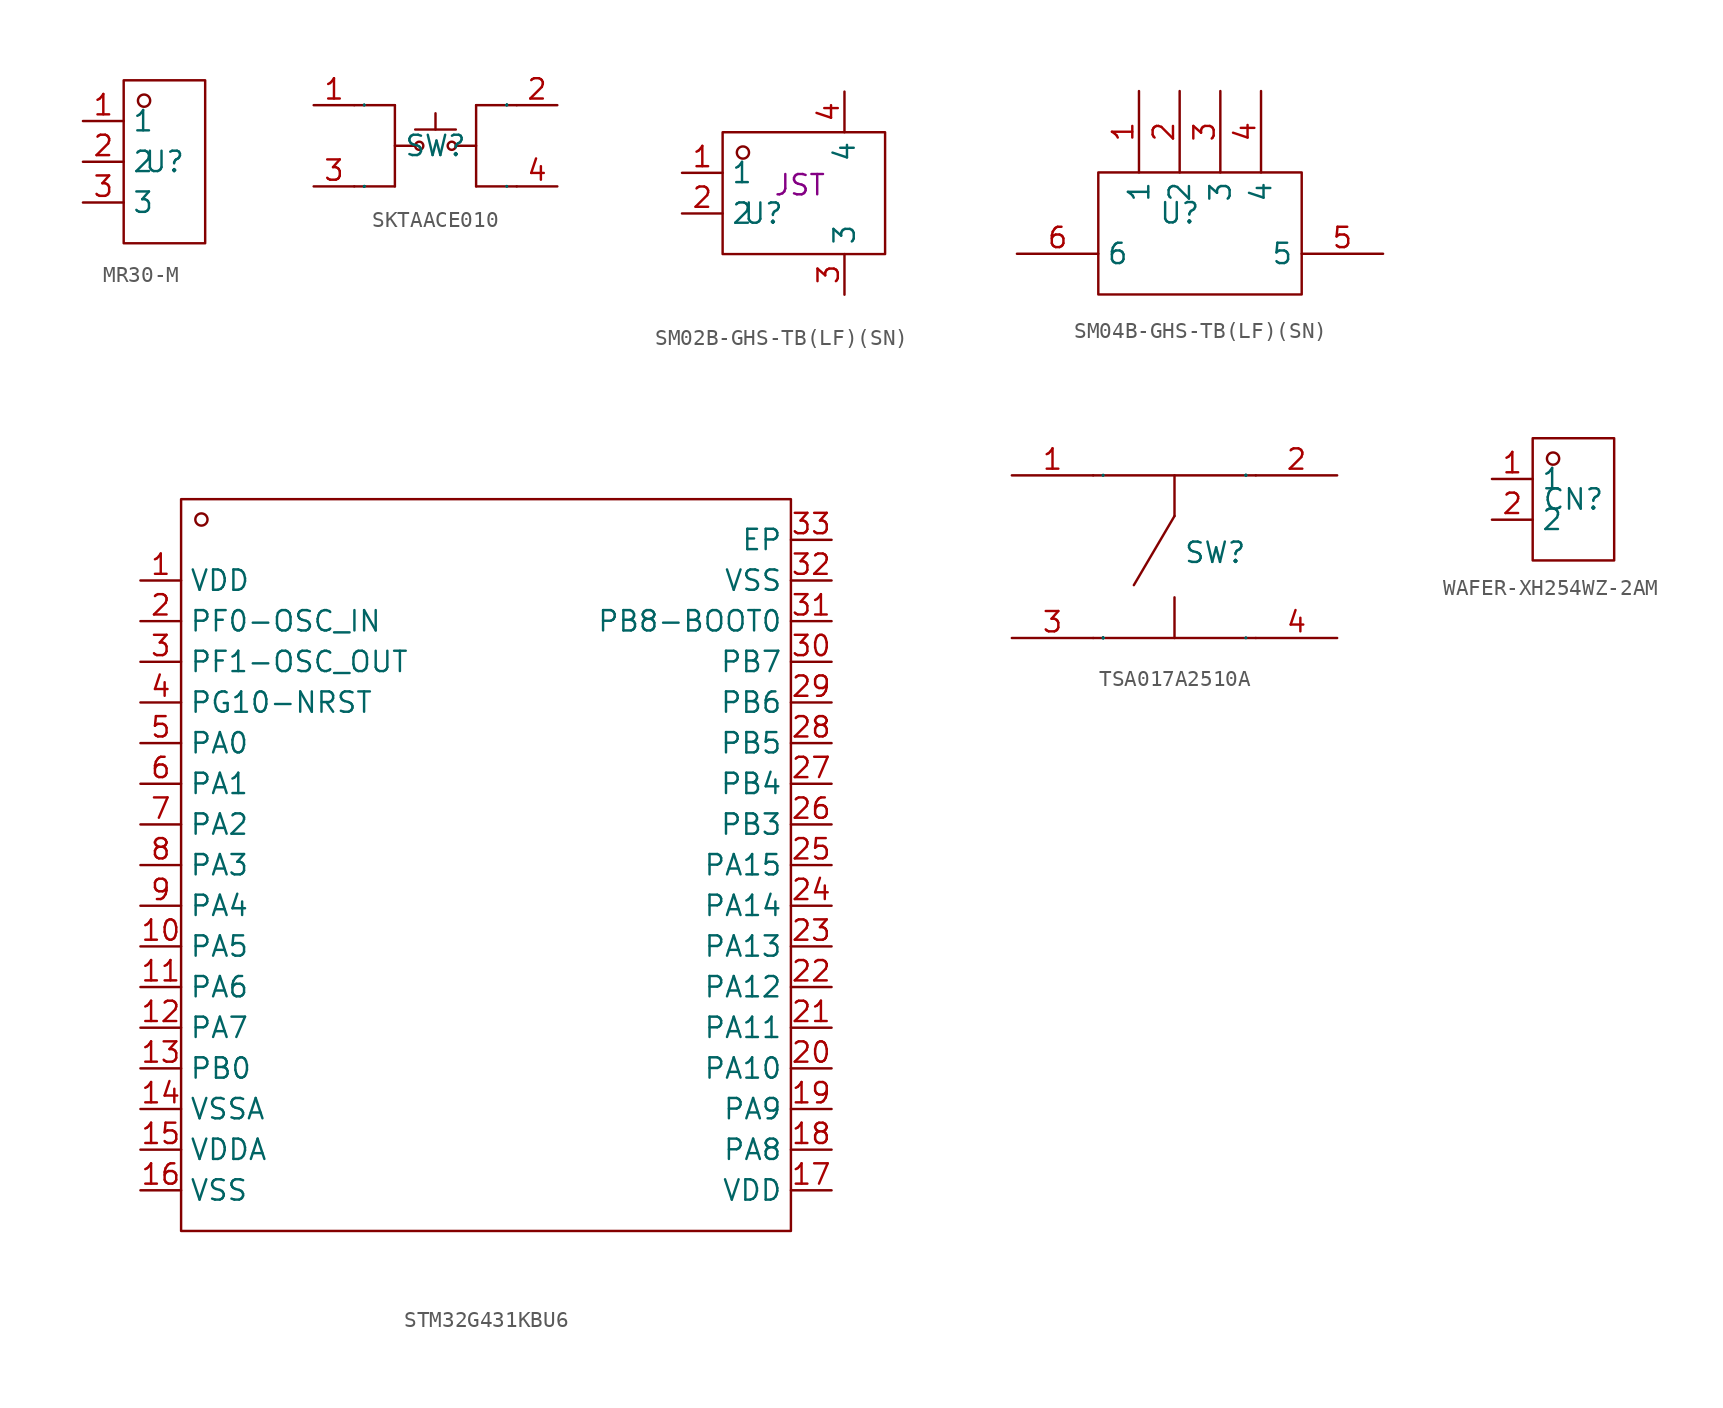
<source format=kicad_sym>
(kicad_symbol_lib
  (version 20241209)
  (generator "kicad_symbol_editor")
  (generator_version "9.0")
  (symbol "MR30-M"
    (property "Reference" "U"
      (at 0 0 0)
      (effects (font (size 1.27 1.27))))
    (property "Value" ""
      (at 0 0 0)
      (effects (font (size 1.27 1.27))))
    (symbol "MR30-M_1_0"
      (rectangle (start -2.54 -5.08) (end 2.54 5.08) (stroke (width 0) (type default)) (fill (type none)))
      (circle (center -1.27 3.81) (radius 0.381) (stroke (width 0) (type default)) (fill (type none)))
      (pin input line (at -5.08 2.54 0) (length 2.54) (name "1" (effects (font (size 1.27 1.27)))) (number "1" (effects (font (size 1.27 1.27)))))
      (pin input line (at -5.08 0 0) (length 2.54) (name "2" (effects (font (size 1.27 1.27)))) (number "2" (effects (font (size 1.27 1.27)))))
      (pin input line (at -5.08 -2.54 0) (length 2.54) (name "3" (effects (font (size 1.27 1.27)))) (number "3" (effects (font (size 1.27 1.27)))))))
  (symbol "SKTAACE010"
    (property "Reference" "SW"
      (at 0 0 0)
      (effects (font (size 1.27 1.27))))
    (property "Value" ""
      (at 0 0 0)
      (effects (font (size 1.27 1.27))))
    (symbol "SKTAACE010_1_0"
      (polyline (pts (xy -2.54 2.54) (xy -5.08 2.54)) (stroke (width 0) (type default)) (fill (type none)))
      (polyline (pts (xy -2.54 2.54) (xy -2.54 -2.54)) (stroke (width 0) (type default)) (fill (type none)))
      (polyline (pts (xy -2.54 -2.54) (xy -5.08 -2.54)) (stroke (width 0) (type default)) (fill (type none)))
      (polyline (pts (xy -1.27 1.016) (xy 1.27 1.016)) (stroke (width 0) (type default)) (fill (type none)))
      (polyline (pts (xy -1.27 0) (xy -2.54 0) (xy -2.54 0) (xy -2.54 0)) (stroke (width 0) (type default)) (fill (type none)))
      (circle (center -1.016 0) (radius 0.254) (stroke (width 0) (type default)) (fill (type none)))
      (polyline (pts (xy 0 2.032) (xy 0 1.016)) (stroke (width 0) (type default)) (fill (type none)))
      (circle (center 1.016 0) (radius 0.254) (stroke (width 0) (type default)) (fill (type none)))
      (polyline (pts (xy 2.54 2.54) (xy 2.54 -2.54)) (stroke (width 0) (type default)) (fill (type none)))
      (polyline (pts (xy 2.54 0) (xy 1.27 0) (xy 1.27 0) (xy 1.27 0)) (stroke (width 0) (type default)) (fill (type none)))
      (polyline (pts (xy 2.54 -2.54) (xy 5.08 -2.54)) (stroke (width 0) (type default)) (fill (type none)))
      (polyline (pts (xy 5.08 2.54) (xy 2.54 2.54)) (stroke (width 0) (type default)) (fill (type none)))
      (pin input line (at -7.62 2.54 0) (length 2.54) (name "1" (effects (font (size 0.025 0.025)))) (number "1" (effects (font (size 1.27 1.27)))))
      (pin input line (at -7.62 -2.54 0) (length 2.54) (name "3" (effects (font (size 0.025 0.025)))) (number "3" (effects (font (size 1.27 1.27)))))
      (pin input line (at 7.62 2.54 180) (length 2.54) (name "2" (effects (font (size 0.025 0.025)))) (number "2" (effects (font (size 1.27 1.27)))))
      (pin input line (at 7.62 -2.54 180) (length 2.54) (name "4" (effects (font (size 0.025 0.025)))) (number "4" (effects (font (size 1.27 1.27)))))))
  (symbol "SM02B-GHS-TB(LF)(SN)"
    (property "Reference" "U"
      (at 0 0 0)
      (effects (font (size 1.27 1.27))))
    (property "Value" ""
      (at 0 0 0)
      (effects (font (size 1.27 1.27))))
    (property "Manufacturer" "JST"
      (at 2.286 1.778 0)
      (effects (font (size 1.27 1.27))))
    (symbol "SM02B-GHS-TB(LF)(SN)_1_0"
      (rectangle (start -2.54 -2.54) (end 7.62 5.08) (stroke (width 0) (type default)) (fill (type none)))
      (circle (center -1.27 3.81) (radius 0.381) (stroke (width 0) (type default)) (fill (type none)))
      (pin bidirectional line (at -5.08 2.54 0) (length 2.54) (name "1" (effects (font (size 1.27 1.27)))) (number "1" (effects (font (size 1.27 1.27)))))
      (pin bidirectional line (at -5.08 0 0) (length 2.54) (name "2" (effects (font (size 1.27 1.27)))) (number "2" (effects (font (size 1.27 1.27)))))
      (pin unspecified line (at 5.08 7.62 270) (length 2.54) (name "4" (effects (font (size 1.27 1.27)))) (number "4" (effects (font (size 1.27 1.27)))))
      (pin unspecified line (at 5.08 -5.08 90) (length 2.54) (name "3" (effects (font (size 1.27 1.27)))) (number "3" (effects (font (size 1.27 1.27)))))))
  (symbol "SM04B-GHS-TB(LF)(SN)"
    (property "Reference" "U"
      (at 0 0 0)
      (effects (font (size 1.27 1.27))))
    (property "Value" ""
      (at 0 0 0)
      (effects (font (size 1.27 1.27))))
    (symbol "SM04B-GHS-TB(LF)(SN)_1_0"
      (rectangle (start -5.08 -5.08) (end 7.62 2.54) (stroke (width 0) (type default)) (fill (type none)))
      (pin passive line (at -10.16 -2.54 0) (length 5.08) (name "6" (effects (font (size 1.27 1.27)))) (number "6" (effects (font (size 1.27 1.27)))))
      (pin bidirectional line (at -2.54 7.62 270) (length 5.08) (name "1" (effects (font (size 1.27 1.27)))) (number "1" (effects (font (size 1.27 1.27)))))
      (pin bidirectional line (at 0 7.62 270) (length 5.08) (name "2" (effects (font (size 1.27 1.27)))) (number "2" (effects (font (size 1.27 1.27)))))
      (pin bidirectional line (at 2.54 7.62 270) (length 5.08) (name "3" (effects (font (size 1.27 1.27)))) (number "3" (effects (font (size 1.27 1.27)))))
      (pin bidirectional line (at 5.08 7.62 270) (length 5.08) (name "4" (effects (font (size 1.27 1.27)))) (number "4" (effects (font (size 1.27 1.27)))))
      (pin passive line (at 12.7 -2.54 180) (length 5.08) (name "5" (effects (font (size 1.27 1.27)))) (number "5" (effects (font (size 1.27 1.27)))))))
  (symbol "STM32G431KBU6"
    (property "Reference" "U"
      (at 0 0 0)
      (effects (font (size 1.27 1.27)) (hide yes)))
    (symbol "STM32G431KBU6_1_0"
      (rectangle (start -19.05 22.86) (end 19.05 -22.86) (stroke (width 0) (type default)) (fill (type none)))
      (circle (center -17.78 21.59) (radius 0.381) (stroke (width 0) (type default)) (fill (type none)))
      (pin power_in line (at -21.59 17.78 0) (length 2.54) (name "VDD" (effects (font (size 1.27 1.27)))) (number "1" (effects (font (size 1.27 1.27)))))
      (pin bidirectional line (at -21.59 15.24 0) (length 2.54) (name "PF0-OSC_IN" (effects (font (size 1.27 1.27)))) (number "2" (effects (font (size 1.27 1.27)))))
      (pin bidirectional line (at -21.59 12.7 0) (length 2.54) (name "PF1-OSC_OUT" (effects (font (size 1.27 1.27)))) (number "3" (effects (font (size 1.27 1.27)))))
      (pin output line (at -21.59 10.16 0) (length 2.54) (name "PG10-NRST" (effects (font (size 1.27 1.27)))) (number "4" (effects (font (size 1.27 1.27)))))
      (pin bidirectional line (at -21.59 7.62 0) (length 2.54) (name "PA0" (effects (font (size 1.27 1.27)))) (number "5" (effects (font (size 1.27 1.27)))))
      (pin bidirectional line (at -21.59 5.08 0) (length 2.54) (name "PA1" (effects (font (size 1.27 1.27)))) (number "6" (effects (font (size 1.27 1.27)))))
      (pin bidirectional line (at -21.59 2.54 0) (length 2.54) (name "PA2" (effects (font (size 1.27 1.27)))) (number "7" (effects (font (size 1.27 1.27)))))
      (pin bidirectional line (at -21.59 0 0) (length 2.54) (name "PA3" (effects (font (size 1.27 1.27)))) (number "8" (effects (font (size 1.27 1.27)))))
      (pin bidirectional line (at -21.59 -2.54 0) (length 2.54) (name "PA4" (effects (font (size 1.27 1.27)))) (number "9" (effects (font (size 1.27 1.27)))))
      (pin bidirectional line (at -21.59 -5.08 0) (length 2.54) (name "PA5" (effects (font (size 1.27 1.27)))) (number "10" (effects (font (size 1.27 1.27)))))
      (pin bidirectional line (at -21.59 -7.62 0) (length 2.54) (name "PA6" (effects (font (size 1.27 1.27)))) (number "11" (effects (font (size 1.27 1.27)))))
      (pin bidirectional line (at -21.59 -10.16 0) (length 2.54) (name "PA7" (effects (font (size 1.27 1.27)))) (number "12" (effects (font (size 1.27 1.27)))))
      (pin bidirectional line (at -21.59 -12.7 0) (length 2.54) (name "PB0" (effects (font (size 1.27 1.27)))) (number "13" (effects (font (size 1.27 1.27)))))
      (pin power_out line (at -21.59 -15.24 0) (length 2.54) (name "VSSA" (effects (font (size 1.27 1.27)))) (number "14" (effects (font (size 1.27 1.27)))))
      (pin power_in line (at -21.59 -17.78 0) (length 2.54) (name "VDDA" (effects (font (size 1.27 1.27)))) (number "15" (effects (font (size 1.27 1.27)))))
      (pin power_out line (at -21.59 -20.32 0) (length 2.54) (name "VSS" (effects (font (size 1.27 1.27)))) (number "16" (effects (font (size 1.27 1.27)))))
      (pin unspecified line (at 21.59 20.32 180) (length 2.54) (name "EP" (effects (font (size 1.27 1.27)))) (number "33" (effects (font (size 1.27 1.27)))))
      (pin power_in line (at 21.59 17.78 180) (length 2.54) (name "VSS" (effects (font (size 1.27 1.27)))) (number "32" (effects (font (size 1.27 1.27)))))
      (pin input line (at 21.59 15.24 180) (length 2.54) (name "PB8-BOOT0" (effects (font (size 1.27 1.27)))) (number "31" (effects (font (size 1.27 1.27)))))
      (pin bidirectional line (at 21.59 12.7 180) (length 2.54) (name "PB7" (effects (font (size 1.27 1.27)))) (number "30" (effects (font (size 1.27 1.27)))))
      (pin bidirectional line (at 21.59 10.16 180) (length 2.54) (name "PB6" (effects (font (size 1.27 1.27)))) (number "29" (effects (font (size 1.27 1.27)))))
      (pin bidirectional line (at 21.59 7.62 180) (length 2.54) (name "PB5" (effects (font (size 1.27 1.27)))) (number "28" (effects (font (size 1.27 1.27)))))
      (pin bidirectional line (at 21.59 5.08 180) (length 2.54) (name "PB4" (effects (font (size 1.27 1.27)))) (number "27" (effects (font (size 1.27 1.27)))))
      (pin bidirectional line (at 21.59 2.54 180) (length 2.54) (name "PB3" (effects (font (size 1.27 1.27)))) (number "26" (effects (font (size 1.27 1.27)))))
      (pin bidirectional line (at 21.59 0 180) (length 2.54) (name "PA15" (effects (font (size 1.27 1.27)))) (number "25" (effects (font (size 1.27 1.27)))))
      (pin bidirectional line (at 21.59 -2.54 180) (length 2.54) (name "PA14" (effects (font (size 1.27 1.27)))) (number "24" (effects (font (size 1.27 1.27)))))
      (pin bidirectional line (at 21.59 -5.08 180) (length 2.54) (name "PA13" (effects (font (size 1.27 1.27)))) (number "23" (effects (font (size 1.27 1.27)))))
      (pin bidirectional line (at 21.59 -7.62 180) (length 2.54) (name "PA12" (effects (font (size 1.27 1.27)))) (number "22" (effects (font (size 1.27 1.27)))))
      (pin bidirectional line (at 21.59 -10.16 180) (length 2.54) (name "PA11" (effects (font (size 1.27 1.27)))) (number "21" (effects (font (size 1.27 1.27)))))
      (pin bidirectional line (at 21.59 -12.7 180) (length 2.54) (name "PA10" (effects (font (size 1.27 1.27)))) (number "20" (effects (font (size 1.27 1.27)))))
      (pin bidirectional line (at 21.59 -15.24 180) (length 2.54) (name "PA9" (effects (font (size 1.27 1.27)))) (number "19" (effects (font (size 1.27 1.27)))))
      (pin bidirectional line (at 21.59 -17.78 180) (length 2.54) (name "PA8" (effects (font (size 1.27 1.27)))) (number "18" (effects (font (size 1.27 1.27)))))
      (pin power_in line (at 21.59 -20.32 180) (length 2.54) (name "VDD" (effects (font (size 1.27 1.27)))) (number "17" (effects (font (size 1.27 1.27)))))))
  (symbol "TSA017A2510A"
    (property "Reference" "SW"
      (at 2.54 0.254 0)
      (effects (font (size 1.27 1.27))))
    (property "Value" ""
      (at 0 0 0)
      (effects (font (size 1.27 1.27))))
    (symbol "TSA017A2510A_1_0"
      (polyline (pts (xy -5.08 5.08) (xy 5.08 5.08)) (stroke (width 0) (type default)) (fill (type none)))
      (polyline (pts (xy -5.08 -5.08) (xy 5.08 -5.08)) (stroke (width 0) (type default)) (fill (type none)))
      (polyline (pts (xy 0 5.08) (xy 0 2.54)) (stroke (width 0) (type default)) (fill (type none)))
      (polyline (pts (xy 0 2.54) (xy -2.54 -1.778)) (stroke (width 0) (type default)) (fill (type none)))
      (polyline (pts (xy 0 -5.08) (xy 0 -2.54)) (stroke (width 0) (type default)) (fill (type none)))
      (pin passive line (at -10.16 5.08 0) (length 5.08) (name "1" (effects (font (size 0.025 0.025)))) (number "1" (effects (font (size 1.27 1.27)))))
      (pin passive line (at -10.16 -5.08 0) (length 5.08) (name "3" (effects (font (size 0.025 0.025)))) (number "3" (effects (font (size 1.27 1.27)))))
      (pin passive line (at 10.16 5.08 180) (length 5.08) (name "2" (effects (font (size 0.025 0.025)))) (number "2" (effects (font (size 1.27 1.27)))))
      (pin passive line (at 10.16 -5.08 180) (length 5.08) (name "4" (effects (font (size 0.025 0.025)))) (number "4" (effects (font (size 1.27 1.27)))))))
  (symbol "WAFER-XH254WZ-2AM"
    (property "Reference" "CN"
      (at 0 0 0)
      (effects (font (size 1.27 1.27))))
    (property "Value" ""
      (at 0 0 0)
      (effects (font (size 1.27 1.27))))
    (symbol "WAFER-XH254WZ-2AM_1_0"
      (rectangle (start -2.54 -3.81) (end 2.54 3.81) (stroke (width 0) (type default)) (fill (type none)))
      (circle (center -1.27 2.54) (radius 0.381) (stroke (width 0) (type default)) (fill (type none)))
      (pin input line (at -5.08 1.27 0) (length 2.54) (name "1" (effects (font (size 1.27 1.27)))) (number "1" (effects (font (size 1.27 1.27)))))
      (pin output line (at -5.08 -1.27 0) (length 2.54) (name "2" (effects (font (size 1.27 1.27)))) (number "2" (effects (font (size 1.27 1.27))))))))
</source>
